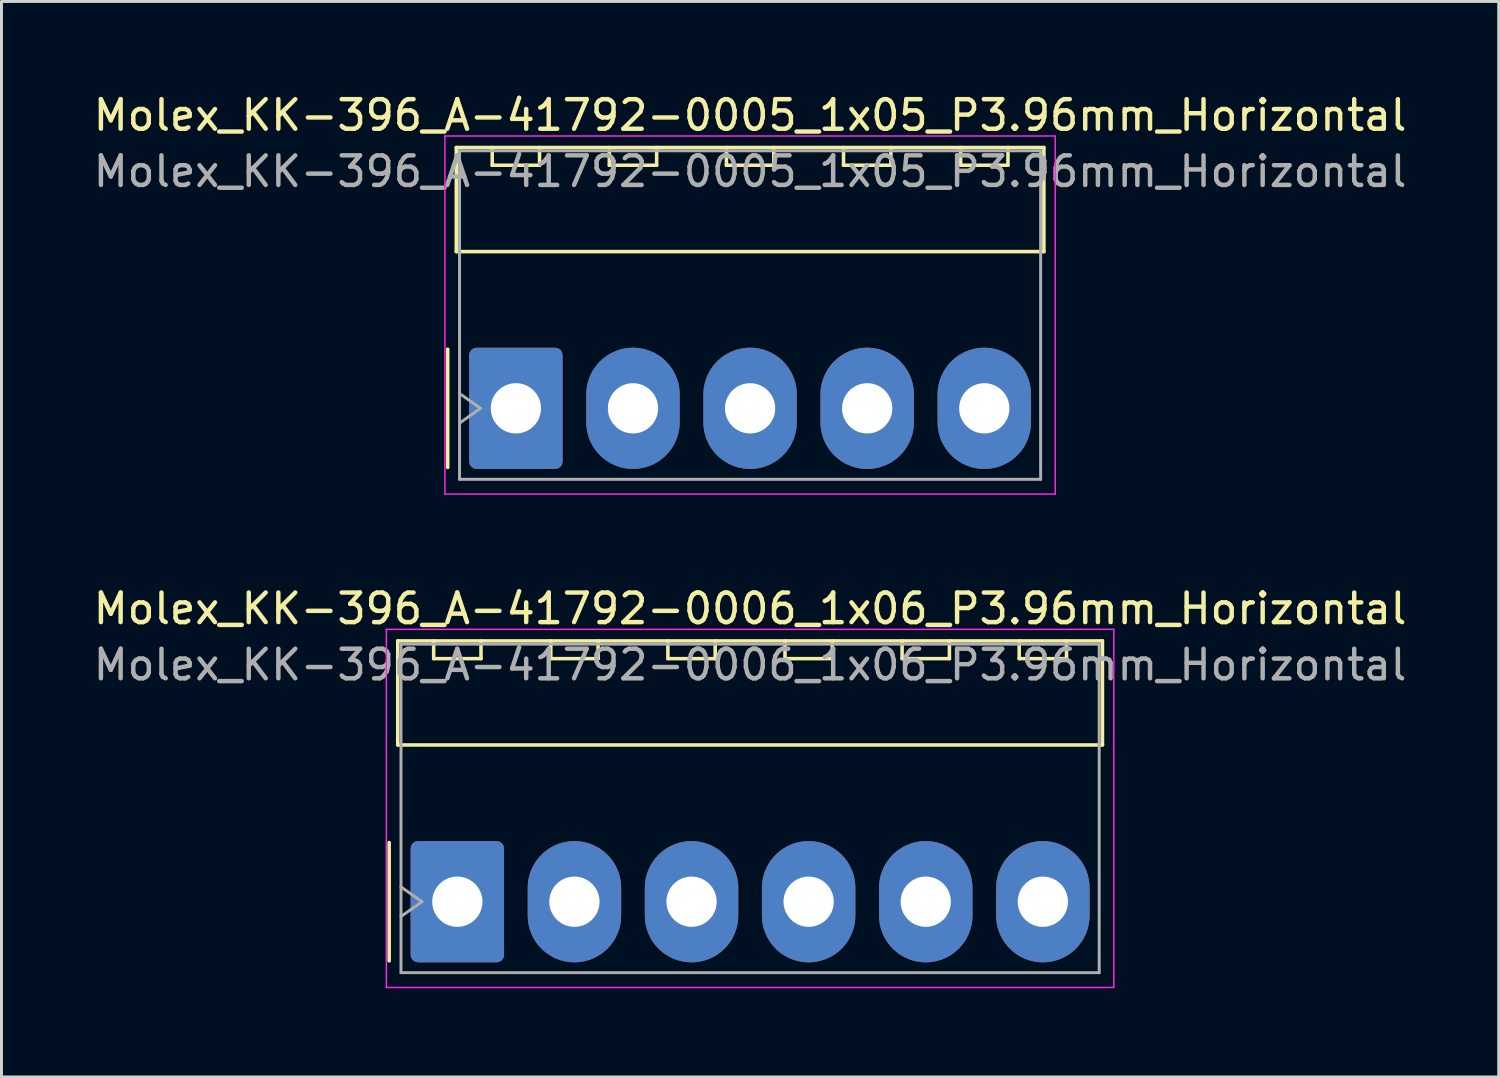
<source format=kicad_pcb>
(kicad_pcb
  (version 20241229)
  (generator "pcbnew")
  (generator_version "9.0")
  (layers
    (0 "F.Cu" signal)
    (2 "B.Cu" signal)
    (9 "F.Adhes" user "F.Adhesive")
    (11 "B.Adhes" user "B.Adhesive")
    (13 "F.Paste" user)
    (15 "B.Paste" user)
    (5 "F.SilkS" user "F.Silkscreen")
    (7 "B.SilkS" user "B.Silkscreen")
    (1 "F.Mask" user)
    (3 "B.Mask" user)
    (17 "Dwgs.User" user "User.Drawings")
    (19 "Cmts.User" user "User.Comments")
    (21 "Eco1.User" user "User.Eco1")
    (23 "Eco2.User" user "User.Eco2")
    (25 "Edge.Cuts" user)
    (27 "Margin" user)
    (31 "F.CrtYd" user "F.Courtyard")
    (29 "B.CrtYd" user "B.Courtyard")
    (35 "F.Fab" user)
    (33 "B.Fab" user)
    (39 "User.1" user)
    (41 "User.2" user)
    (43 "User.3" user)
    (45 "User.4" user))
  (footprint "Molex_KK-396_A-41792-0006_1x06_P3.96mm_Horizontal"
    (layer "F.Cu")
    (at 12.415 27.442)
    (property "Reference" "Molex_KK-396_A-41792-0006_1x06_P3.96mm_Horizontal" (at 9.9 -9.91 0) (layer "F.SilkS") (effects (font (size 1 1) (thickness 0.15))))
    (attr through_hole)
    (fp_line (start -2.305 -2) (end -2.305 2) (stroke (width 0.12) (type solid)) (layer "F.SilkS"))
    (fp_line (start -2.015 -8.82) (end 21.815 -8.82) (stroke (width 0.12) (type solid)) (layer "F.SilkS"))
    (fp_line (start -2.015 -5.3) (end -2.015 -8.82) (stroke (width 0.12) (type solid)) (layer "F.SilkS"))
    (fp_line (start -0.8 -8.82) (end -0.8 -8.22) (stroke (width 0.12) (type solid)) (layer "F.SilkS"))
    (fp_line (start -0.8 -8.22) (end 0.8 -8.22) (stroke (width 0.12) (type solid)) (layer "F.SilkS"))
    (fp_line (start 0.8 -8.22) (end 0.8 -8.82) (stroke (width 0.12) (type solid)) (layer "F.SilkS"))
    (fp_line (start 3.16 -8.82) (end 3.16 -8.22) (stroke (width 0.12) (type solid)) (layer "F.SilkS"))
    (fp_line (start 3.16 -8.22) (end 4.76 -8.22) (stroke (width 0.12) (type solid)) (layer "F.SilkS"))
    (fp_line (start 4.76 -8.22) (end 4.76 -8.82) (stroke (width 0.12) (type solid)) (layer "F.SilkS"))
    (fp_line (start 7.12 -8.82) (end 7.12 -8.22) (stroke (width 0.12) (type solid)) (layer "F.SilkS"))
    (fp_line (start 7.12 -8.22) (end 8.72 -8.22) (stroke (width 0.12) (type solid)) (layer "F.SilkS"))
    (fp_line (start 8.72 -8.22) (end 8.72 -8.82) (stroke (width 0.12) (type solid)) (layer "F.SilkS"))
    (fp_line (start 11.08 -8.82) (end 11.08 -8.22) (stroke (width 0.12) (type solid)) (layer "F.SilkS"))
    (fp_line (start 11.08 -8.22) (end 12.68 -8.22) (stroke (width 0.12) (type solid)) (layer "F.SilkS"))
    (fp_line (start 12.68 -8.22) (end 12.68 -8.82) (stroke (width 0.12) (type solid)) (layer "F.SilkS"))
    (fp_line (start 15.04 -8.82) (end 15.04 -8.22) (stroke (width 0.12) (type solid)) (layer "F.SilkS"))
    (fp_line (start 15.04 -8.22) (end 16.64 -8.22) (stroke (width 0.12) (type solid)) (layer "F.SilkS"))
    (fp_line (start 16.64 -8.22) (end 16.64 -8.82) (stroke (width 0.12) (type solid)) (layer "F.SilkS"))
    (fp_line (start 19 -8.82) (end 19 -8.22) (stroke (width 0.12) (type solid)) (layer "F.SilkS"))
    (fp_line (start 19 -8.22) (end 20.6 -8.22) (stroke (width 0.12) (type solid)) (layer "F.SilkS"))
    (fp_line (start 20.6 -8.22) (end 20.6 -8.82) (stroke (width 0.12) (type solid)) (layer "F.SilkS"))
    (fp_line (start 21.815 -8.82) (end 21.815 -5.3) (stroke (width 0.12) (type solid)) (layer "F.SilkS"))
    (fp_line (start 21.815 -5.3) (end -2.015 -5.3) (stroke (width 0.12) (type solid)) (layer "F.SilkS"))
    (fp_line (start -2.4 -9.21) (end -2.4 2.9) (stroke (width 0.05) (type solid)) (layer "F.CrtYd"))
    (fp_line (start -2.4 2.9) (end 22.2 2.9) (stroke (width 0.05) (type solid)) (layer "F.CrtYd"))
    (fp_line (start 22.2 -9.21) (end -2.4 -9.21) (stroke (width 0.05) (type solid)) (layer "F.CrtYd"))
    (fp_line (start 22.2 2.9) (end 22.2 -9.21) (stroke (width 0.05) (type solid)) (layer "F.CrtYd"))
    (fp_line (start -1.905 -8.71) (end 21.705 -8.71) (stroke (width 0.1) (type solid)) (layer "F.Fab"))
    (fp_line (start -1.905 -0.5) (end -1.198 0) (stroke (width 0.1) (type solid)) (layer "F.Fab"))
    (fp_line (start -1.905 2.4) (end -1.905 -8.71) (stroke (width 0.1) (type solid)) (layer "F.Fab"))
    (fp_line (start -1.198 0) (end -1.905 0.5) (stroke (width 0.1) (type solid)) (layer "F.Fab"))
    (fp_line (start 21.705 -8.71) (end 21.705 2.4) (stroke (width 0.1) (type solid)) (layer "F.Fab"))
    (fp_line (start 21.705 2.4) (end -1.905 2.4) (stroke (width 0.1) (type solid)) (layer "F.Fab"))
    (fp_text user "${REFERENCE}" (at 9.9 -8.01 0) (layer "F.Fab") (effects (font (size 1 1) (thickness 0.15))))
    (pad "1" thru_hole roundrect (at 0 0) (size 3.16 4.1) (drill 1.7) (layers "*.Cu" "*.Mask") (roundrect_rratio 0.079))
    (pad "2" thru_hole oval (at 3.96 0) (size 3.16 4.1) (drill 1.7) (layers "*.Cu" "*.Mask"))
    (pad "3" thru_hole oval (at 7.92 0) (size 3.16 4.1) (drill 1.7) (layers "*.Cu" "*.Mask"))
    (pad "4" thru_hole oval (at 11.88 0) (size 3.16 4.1) (drill 1.7) (layers "*.Cu" "*.Mask"))
    (pad "5" thru_hole oval (at 15.84 0) (size 3.16 4.1) (drill 1.7) (layers "*.Cu" "*.Mask"))
    (pad "6" thru_hole oval (at 19.8 0) (size 3.16 4.1) (drill 1.7) (layers "*.Cu" "*.Mask")))
  (footprint "Molex_KK-396_A-41792-0005_1x05_P3.96mm_Horizontal"
    (layer "F.Cu")
    (at 14.395 10.758)
    (property "Reference" "Molex_KK-396_A-41792-0005_1x05_P3.96mm_Horizontal" (at 7.92 -9.91 0) (layer "F.SilkS") (effects (font (size 1 1) (thickness 0.15))))
    (attr through_hole)
    (fp_line (start -2.305 -2) (end -2.305 2) (stroke (width 0.12) (type solid)) (layer "F.SilkS"))
    (fp_line (start -2.015 -8.82) (end 17.855 -8.82) (stroke (width 0.12) (type solid)) (layer "F.SilkS"))
    (fp_line (start -2.015 -5.3) (end -2.015 -8.82) (stroke (width 0.12) (type solid)) (layer "F.SilkS"))
    (fp_line (start -0.8 -8.82) (end -0.8 -8.22) (stroke (width 0.12) (type solid)) (layer "F.SilkS"))
    (fp_line (start -0.8 -8.22) (end 0.8 -8.22) (stroke (width 0.12) (type solid)) (layer "F.SilkS"))
    (fp_line (start 0.8 -8.22) (end 0.8 -8.82) (stroke (width 0.12) (type solid)) (layer "F.SilkS"))
    (fp_line (start 3.16 -8.82) (end 3.16 -8.22) (stroke (width 0.12) (type solid)) (layer "F.SilkS"))
    (fp_line (start 3.16 -8.22) (end 4.76 -8.22) (stroke (width 0.12) (type solid)) (layer "F.SilkS"))
    (fp_line (start 4.76 -8.22) (end 4.76 -8.82) (stroke (width 0.12) (type solid)) (layer "F.SilkS"))
    (fp_line (start 7.12 -8.82) (end 7.12 -8.22) (stroke (width 0.12) (type solid)) (layer "F.SilkS"))
    (fp_line (start 7.12 -8.22) (end 8.72 -8.22) (stroke (width 0.12) (type solid)) (layer "F.SilkS"))
    (fp_line (start 8.72 -8.22) (end 8.72 -8.82) (stroke (width 0.12) (type solid)) (layer "F.SilkS"))
    (fp_line (start 11.08 -8.82) (end 11.08 -8.22) (stroke (width 0.12) (type solid)) (layer "F.SilkS"))
    (fp_line (start 11.08 -8.22) (end 12.68 -8.22) (stroke (width 0.12) (type solid)) (layer "F.SilkS"))
    (fp_line (start 12.68 -8.22) (end 12.68 -8.82) (stroke (width 0.12) (type solid)) (layer "F.SilkS"))
    (fp_line (start 15.04 -8.82) (end 15.04 -8.22) (stroke (width 0.12) (type solid)) (layer "F.SilkS"))
    (fp_line (start 15.04 -8.22) (end 16.64 -8.22) (stroke (width 0.12) (type solid)) (layer "F.SilkS"))
    (fp_line (start 16.64 -8.22) (end 16.64 -8.82) (stroke (width 0.12) (type solid)) (layer "F.SilkS"))
    (fp_line (start 17.855 -8.82) (end 17.855 -5.3) (stroke (width 0.12) (type solid)) (layer "F.SilkS"))
    (fp_line (start 17.855 -5.3) (end -2.015 -5.3) (stroke (width 0.12) (type solid)) (layer "F.SilkS"))
    (fp_line (start -2.4 -9.21) (end -2.4 2.9) (stroke (width 0.05) (type solid)) (layer "F.CrtYd"))
    (fp_line (start -2.4 2.9) (end 18.24 2.9) (stroke (width 0.05) (type solid)) (layer "F.CrtYd"))
    (fp_line (start 18.24 -9.21) (end -2.4 -9.21) (stroke (width 0.05) (type solid)) (layer "F.CrtYd"))
    (fp_line (start 18.24 2.9) (end 18.24 -9.21) (stroke (width 0.05) (type solid)) (layer "F.CrtYd"))
    (fp_line (start -1.905 -8.71) (end 17.745 -8.71) (stroke (width 0.1) (type solid)) (layer "F.Fab"))
    (fp_line (start -1.905 -0.5) (end -1.198 0) (stroke (width 0.1) (type solid)) (layer "F.Fab"))
    (fp_line (start -1.905 2.4) (end -1.905 -8.71) (stroke (width 0.1) (type solid)) (layer "F.Fab"))
    (fp_line (start -1.198 0) (end -1.905 0.5) (stroke (width 0.1) (type solid)) (layer "F.Fab"))
    (fp_line (start 17.745 -8.71) (end 17.745 2.4) (stroke (width 0.1) (type solid)) (layer "F.Fab"))
    (fp_line (start 17.745 2.4) (end -1.905 2.4) (stroke (width 0.1) (type solid)) (layer "F.Fab"))
    (fp_text user "${REFERENCE}" (at 7.92 -8.01 0) (layer "F.Fab") (effects (font (size 1 1) (thickness 0.15))))
    (pad "1" thru_hole roundrect (at 0 0) (size 3.16 4.1) (drill 1.7) (layers "*.Cu" "*.Mask") (roundrect_rratio 0.079))
    (pad "2" thru_hole oval (at 3.96 0) (size 3.16 4.1) (drill 1.7) (layers "*.Cu" "*.Mask"))
    (pad "3" thru_hole oval (at 7.92 0) (size 3.16 4.1) (drill 1.7) (layers "*.Cu" "*.Mask"))
    (pad "4" thru_hole oval (at 11.88 0) (size 3.16 4.1) (drill 1.7) (layers "*.Cu" "*.Mask"))
    (pad "5" thru_hole oval (at 15.84 0) (size 3.16 4.1) (drill 1.7) (layers "*.Cu" "*.Mask")))
  (gr_rect
    (start -3 -3)
    (end 47.631 33.367)
    (stroke (width 0.1) (type default))
    (fill no)
    (layer "Edge.Cuts")))
</source>
